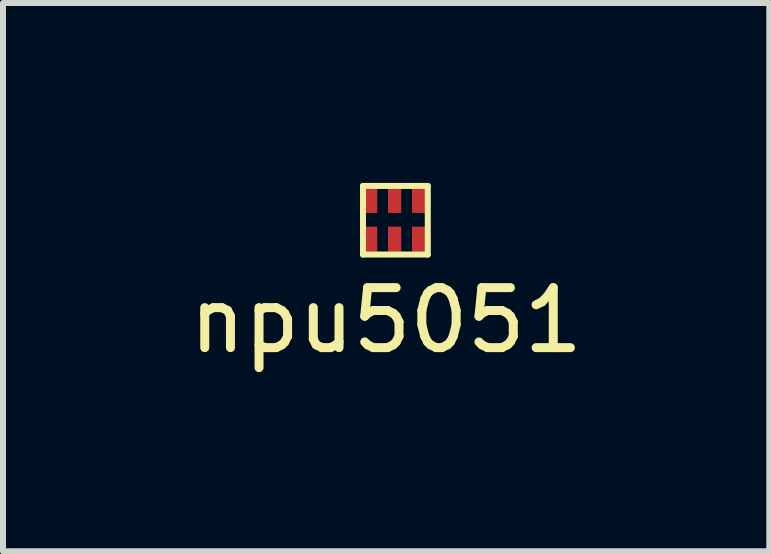
<source format=kicad_pcb>
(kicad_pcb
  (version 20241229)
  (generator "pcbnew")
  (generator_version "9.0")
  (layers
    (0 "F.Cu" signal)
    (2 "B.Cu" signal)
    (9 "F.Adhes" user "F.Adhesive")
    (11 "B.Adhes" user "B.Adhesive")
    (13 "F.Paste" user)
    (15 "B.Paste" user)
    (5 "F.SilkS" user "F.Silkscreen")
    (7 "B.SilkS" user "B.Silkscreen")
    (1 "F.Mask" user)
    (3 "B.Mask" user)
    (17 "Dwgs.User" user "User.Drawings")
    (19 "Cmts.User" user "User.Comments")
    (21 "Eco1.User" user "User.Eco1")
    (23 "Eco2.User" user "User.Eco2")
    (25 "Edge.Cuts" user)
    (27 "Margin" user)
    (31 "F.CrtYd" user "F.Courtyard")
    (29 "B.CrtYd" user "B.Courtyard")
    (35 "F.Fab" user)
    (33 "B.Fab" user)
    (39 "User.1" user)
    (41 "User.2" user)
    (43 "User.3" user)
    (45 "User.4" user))
  (footprint "npu5051"
    (layer "F.Cu")
    (at 3.128 0.939)
    (property "Reference" "npu5051" (at 0.259 1.351 0) (layer "F.SilkS") (effects (font (size 1 1) (thickness 0.15))))
    (attr through_hole)
    (fp_line (start -0.127 -0.889) (end 0.953 -0.889) (stroke (width 0.1) (type solid)) (layer "F.SilkS"))
    (fp_line (start -0.127 0.254) (end -0.127 -0.889) (stroke (width 0.1) (type solid)) (layer "F.SilkS"))
    (fp_line (start -0.127 0.254) (end 0.953 0.254) (stroke (width 0.1) (type solid)) (layer "F.SilkS"))
    (fp_line (start 0.953 -0.889) (end 0.953 0.254) (stroke (width 0.1) (type solid)) (layer "F.SilkS"))
    (pad "1" smd rect (at 0 0) (size 0.22 0.42) (layers "F.Cu" "F.Mask" "F.Paste"))
    (pad "2" smd rect (at 0.4 0) (size 0.22 0.42) (layers "F.Cu" "F.Mask" "F.Paste"))
    (pad "3" smd rect (at 0.8 0) (size 0.22 0.42) (layers "F.Cu" "F.Mask" "F.Paste"))
    (pad "4" smd rect (at 0.8 -0.65) (size 0.22 0.42) (layers "F.Cu" "F.Mask" "F.Paste"))
    (pad "5" smd rect (at 0.4 -0.65) (size 0.22 0.42) (layers "F.Cu" "F.Mask" "F.Paste"))
    (pad "6" smd rect (at 0 -0.65) (size 0.22 0.42) (layers "F.Cu" "F.Mask" "F.Paste")))
  (gr_rect
    (start -3 -3)
    (end 9.774 6.139)
    (stroke (width 0.1) (type default))
    (fill no)
    (layer "Edge.Cuts")))
</source>
